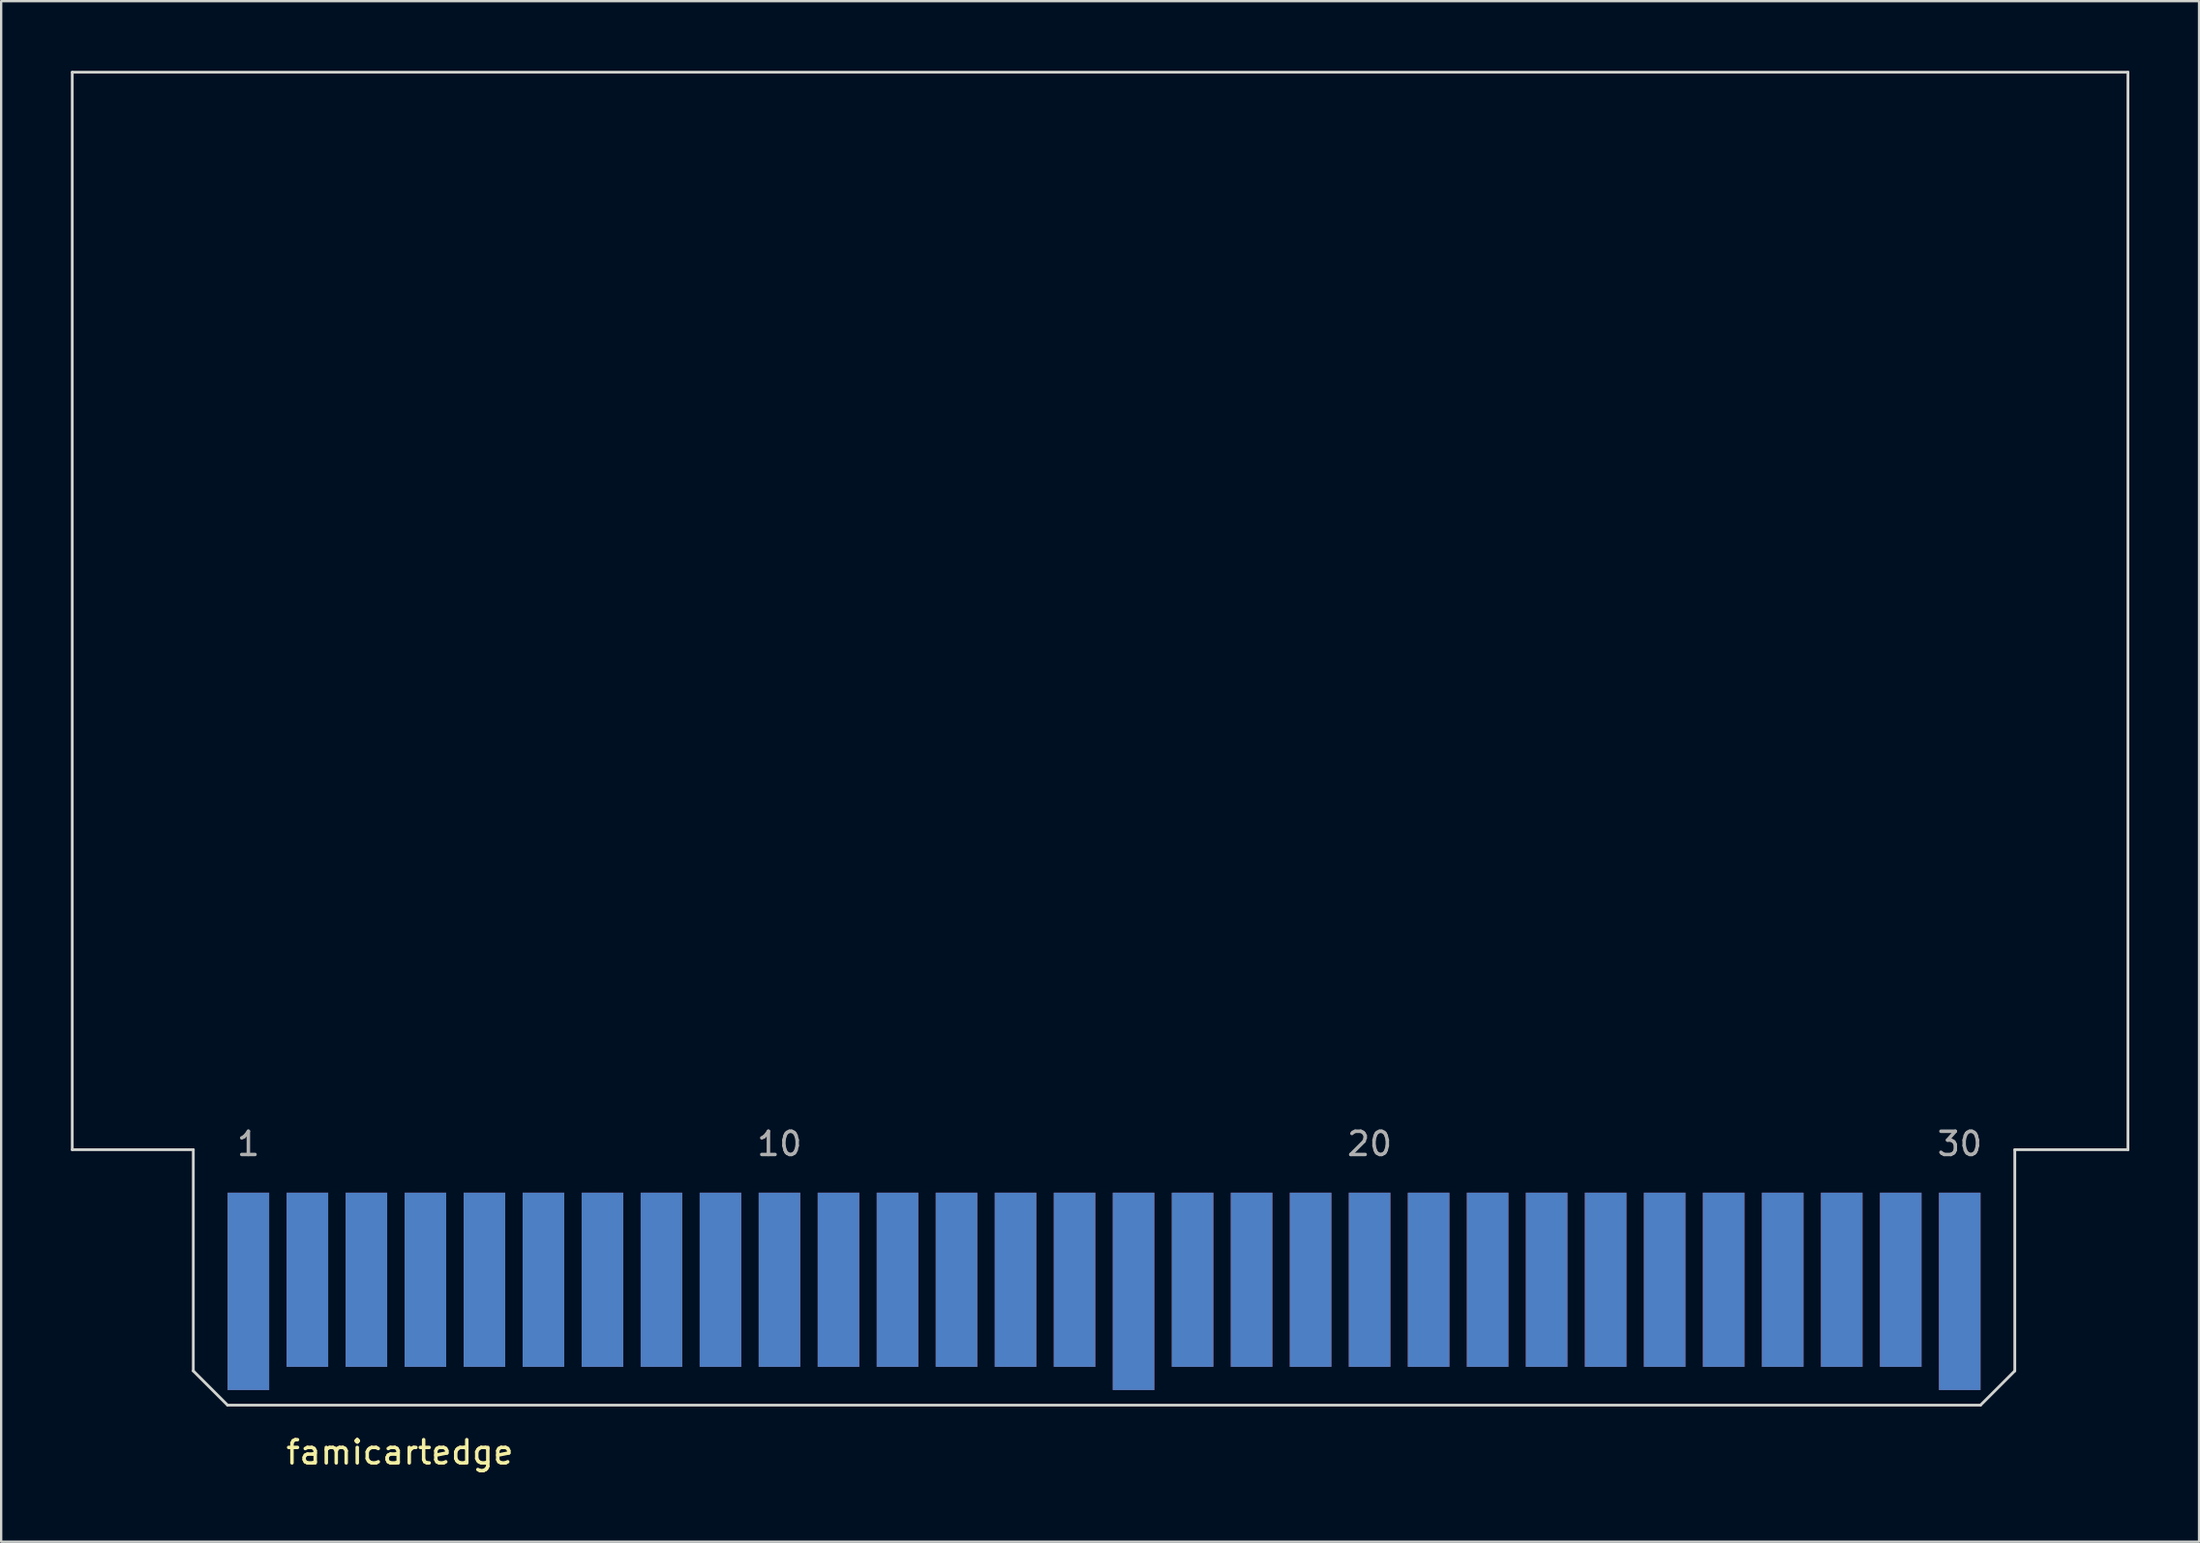
<source format=kicad_pcb>
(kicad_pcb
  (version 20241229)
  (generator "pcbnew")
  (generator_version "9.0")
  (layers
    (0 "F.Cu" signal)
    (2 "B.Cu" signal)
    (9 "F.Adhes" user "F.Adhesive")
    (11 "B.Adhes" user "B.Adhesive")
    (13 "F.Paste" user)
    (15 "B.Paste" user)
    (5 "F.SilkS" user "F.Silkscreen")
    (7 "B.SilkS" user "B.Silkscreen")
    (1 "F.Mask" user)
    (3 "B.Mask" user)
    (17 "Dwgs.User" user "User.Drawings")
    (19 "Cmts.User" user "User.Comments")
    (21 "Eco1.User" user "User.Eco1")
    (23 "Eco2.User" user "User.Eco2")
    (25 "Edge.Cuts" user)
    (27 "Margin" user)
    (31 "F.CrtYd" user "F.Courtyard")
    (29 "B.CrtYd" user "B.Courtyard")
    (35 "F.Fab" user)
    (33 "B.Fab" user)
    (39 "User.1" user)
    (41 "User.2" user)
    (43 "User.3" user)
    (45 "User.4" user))
  (footprint "famicartedge"
    (layer "F.Cu")
    (at 5.27 57.46)
    (property "Reference" "famicartedge" (at 8.89 2.032 0) (layer "F.SilkS") (effects (font (size 1 1) (thickness 0.15))))
    (attr through_hole)
    (fp_line (start -5.21 -57.4) (end -5.21 -11) (stroke (width 0.12) (type default)) (layer "Edge.Cuts"))
    (fp_line (start -5.21 -11) (end 0 -11) (stroke (width 0.12) (type default)) (layer "Edge.Cuts"))
    (fp_line (start 0 -11) (end 0 -1.475) (stroke (width 0.12) (type default)) (layer "Edge.Cuts"))
    (fp_line (start 0 -1.475) (end 1.475 0) (stroke (width 0.12) (type default)) (layer "Edge.Cuts"))
    (fp_line (start 1.475 0) (end 76.925 0) (stroke (width 0.12) (type default)) (layer "Edge.Cuts"))
    (fp_line (start 76.925 0) (end 78.4 -1.475) (stroke (width 0.12) (type default)) (layer "Edge.Cuts"))
    (fp_line (start 78.4 -11) (end 83.27 -11) (stroke (width 0.12) (type default)) (layer "Edge.Cuts"))
    (fp_line (start 78.4 -1.475) (end 78.4 -11) (stroke (width 0.12) (type default)) (layer "Edge.Cuts"))
    (fp_line (start 83.27 -57.4) (end -5.21 -57.4) (stroke (width 0.12) (type default)) (layer "Edge.Cuts"))
    (fp_line (start 83.27 -11) (end 83.27 -57.4) (stroke (width 0.12) (type default)) (layer "Edge.Cuts"))
    (fp_text user "10" (at 25.23 -11.25 0) (layer "F.Fab") (effects (font (size 1 1) (thickness 0.15))))
    (fp_text user "1" (at 2.37 -11.25 0) (layer "F.Fab") (effects (font (size 1 1) (thickness 0.15))))
    (fp_text user "30" (at 76.03 -11.25 0) (layer "F.Fab") (effects (font (size 1 1) (thickness 0.15))))
    (fp_text user "20" (at 50.63 -11.25 0) (layer "F.Fab") (effects (font (size 1 1) (thickness 0.15))))
    (pad "1" connect rect (at 2.37 -4.9) (size 1.79 8.5) (layers "F.Cu" "F.Mask" "Eco1.User"))
    (pad "2" connect rect (at 4.91 -5.4) (size 1.79 7.5) (layers "F.Cu" "F.Mask" "Eco1.User"))
    (pad "3" connect rect (at 7.45 -5.4) (size 1.79 7.5) (layers "F.Cu" "F.Mask" "Eco1.User"))
    (pad "4" connect rect (at 9.99 -5.4) (size 1.79 7.5) (layers "F.Cu" "F.Mask" "Eco1.User"))
    (pad "5" connect rect (at 12.53 -5.4) (size 1.79 7.5) (layers "F.Cu" "F.Mask" "Eco1.User"))
    (pad "6" connect rect (at 15.07 -5.4) (size 1.79 7.5) (layers "F.Cu" "F.Mask" "Eco1.User"))
    (pad "7" connect rect (at 17.61 -5.4) (size 1.79 7.5) (layers "F.Cu" "F.Mask" "Eco1.User"))
    (pad "8" connect rect (at 20.15 -5.4) (size 1.79 7.5) (layers "F.Cu" "F.Mask" "Eco1.User"))
    (pad "9" connect rect (at 22.69 -5.4) (size 1.79 7.5) (layers "F.Cu" "F.Mask" "Eco1.User"))
    (pad "10" connect rect (at 25.23 -5.4) (size 1.79 7.5) (layers "F.Cu" "F.Mask" "Eco1.User"))
    (pad "11" connect rect (at 27.77 -5.4) (size 1.79 7.5) (layers "F.Cu" "F.Mask" "Eco1.User"))
    (pad "12" connect rect (at 30.31 -5.4) (size 1.79 7.5) (layers "F.Cu" "F.Mask" "Eco1.User"))
    (pad "13" connect rect (at 32.85 -5.4) (size 1.79 7.5) (layers "F.Cu" "F.Mask" "Eco1.User"))
    (pad "14" connect rect (at 35.39 -5.4) (size 1.79 7.5) (layers "F.Cu" "F.Mask" "Eco1.User"))
    (pad "15" connect rect (at 37.93 -5.4) (size 1.79 7.5) (layers "F.Cu" "F.Mask" "Eco1.User"))
    (pad "16" connect rect (at 40.47 -4.9) (size 1.79 8.5) (layers "F.Cu" "F.Mask" "Eco1.User"))
    (pad "17" connect rect (at 43.01 -5.4) (size 1.79 7.5) (layers "F.Cu" "F.Mask" "Eco1.User"))
    (pad "18" connect rect (at 45.55 -5.4) (size 1.79 7.5) (layers "F.Cu" "F.Mask" "Eco1.User"))
    (pad "19" connect rect (at 48.09 -5.4) (size 1.79 7.5) (layers "F.Cu" "F.Mask" "Eco1.User"))
    (pad "20" connect rect (at 50.63 -5.4) (size 1.79 7.5) (layers "F.Cu" "F.Mask" "Eco1.User"))
    (pad "21" connect rect (at 53.17 -5.4) (size 1.79 7.5) (layers "F.Cu" "F.Mask" "Eco1.User"))
    (pad "22" connect rect (at 55.71 -5.4) (size 1.79 7.5) (layers "F.Cu" "F.Mask" "Eco1.User"))
    (pad "23" connect rect (at 58.25 -5.4) (size 1.79 7.5) (layers "F.Cu" "F.Mask" "Eco1.User"))
    (pad "24" connect rect (at 60.79 -5.4) (size 1.79 7.5) (layers "F.Cu" "F.Mask" "Eco1.User"))
    (pad "25" connect rect (at 63.33 -5.4) (size 1.79 7.5) (layers "F.Cu" "F.Mask" "Eco1.User"))
    (pad "26" connect rect (at 65.87 -5.4) (size 1.79 7.5) (layers "F.Cu" "F.Mask" "Eco1.User"))
    (pad "27" connect rect (at 68.41 -5.4) (size 1.79 7.5) (layers "F.Cu" "F.Mask" "Eco1.User"))
    (pad "28" connect rect (at 70.95 -5.4) (size 1.79 7.5) (layers "F.Cu" "F.Mask" "Eco1.User"))
    (pad "29" connect rect (at 73.49 -5.4) (size 1.79 7.5) (layers "F.Cu" "F.Mask" "Eco1.User"))
    (pad "30" connect rect (at 76.03 -4.9) (size 1.79 8.5) (layers "F.Cu" "F.Mask" "Eco1.User"))
    (pad "31" connect rect (at 2.37 -4.9) (size 1.79 8.5) (layers "B.Cu" "B.Mask" "Eco2.User"))
    (pad "32" connect rect (at 4.91 -5.4) (size 1.79 7.5) (layers "B.Cu" "B.Mask" "Eco2.User"))
    (pad "33" connect rect (at 7.45 -5.4) (size 1.79 7.5) (layers "B.Cu" "B.Mask" "Eco2.User"))
    (pad "34" connect rect (at 9.99 -5.4) (size 1.79 7.5) (layers "B.Cu" "B.Mask" "Eco2.User"))
    (pad "35" connect rect (at 12.53 -5.4) (size 1.79 7.5) (layers "B.Cu" "B.Mask" "Eco2.User"))
    (pad "36" connect rect (at 15.07 -5.4) (size 1.79 7.5) (layers "B.Cu" "B.Mask" "Eco2.User"))
    (pad "37" connect rect (at 17.61 -5.4) (size 1.79 7.5) (layers "B.Cu" "B.Mask" "Eco2.User"))
    (pad "38" connect rect (at 20.15 -5.4) (size 1.79 7.5) (layers "B.Cu" "B.Mask" "Eco2.User"))
    (pad "39" connect rect (at 22.69 -5.4) (size 1.79 7.5) (layers "B.Cu" "B.Mask" "Eco2.User"))
    (pad "40" connect rect (at 25.23 -5.4) (size 1.79 7.5) (layers "B.Cu" "B.Mask" "Eco2.User"))
    (pad "41" connect rect (at 27.77 -5.4) (size 1.79 7.5) (layers "B.Cu" "B.Mask" "Eco2.User"))
    (pad "42" connect rect (at 30.31 -5.4) (size 1.79 7.5) (layers "B.Cu" "B.Mask" "Eco2.User"))
    (pad "43" connect rect (at 32.85 -5.4) (size 1.79 7.5) (layers "B.Cu" "B.Mask" "Eco2.User"))
    (pad "44" connect rect (at 35.39 -5.4) (size 1.79 7.5) (layers "B.Cu" "B.Mask" "Eco2.User"))
    (pad "45" connect rect (at 37.93 -5.4) (size 1.79 7.5) (layers "B.Cu" "B.Mask" "Eco2.User"))
    (pad "46" connect rect (at 40.47 -4.9) (size 1.79 8.5) (layers "B.Cu" "B.Mask" "Eco2.User"))
    (pad "47" connect rect (at 43.01 -5.4) (size 1.79 7.5) (layers "B.Cu" "B.Mask" "Eco2.User"))
    (pad "48" connect rect (at 45.55 -5.4) (size 1.79 7.5) (layers "B.Cu" "B.Mask" "Eco2.User"))
    (pad "49" connect rect (at 48.09 -5.4) (size 1.79 7.5) (layers "B.Cu" "B.Mask" "Eco2.User"))
    (pad "50" connect rect (at 50.63 -5.4) (size 1.79 7.5) (layers "B.Cu" "B.Mask" "Eco2.User"))
    (pad "51" connect rect (at 53.17 -5.4) (size 1.79 7.5) (layers "B.Cu" "B.Mask" "Eco2.User"))
    (pad "52" connect rect (at 55.71 -5.4) (size 1.79 7.5) (layers "B.Cu" "B.Mask" "Eco2.User"))
    (pad "53" connect rect (at 58.25 -5.4) (size 1.79 7.5) (layers "B.Cu" "B.Mask" "Eco2.User"))
    (pad "54" connect rect (at 60.79 -5.4) (size 1.79 7.5) (layers "B.Cu" "B.Mask" "Eco2.User"))
    (pad "55" connect rect (at 63.33 -5.4) (size 1.79 7.5) (layers "B.Cu" "B.Mask" "Eco2.User"))
    (pad "56" connect rect (at 65.87 -5.4) (size 1.79 7.5) (layers "B.Cu" "B.Mask" "Eco2.User"))
    (pad "57" connect rect (at 68.41 -5.4) (size 1.79 7.5) (layers "B.Cu" "B.Mask" "Eco2.User"))
    (pad "58" connect rect (at 70.95 -5.4) (size 1.79 7.5) (layers "B.Cu" "B.Mask" "Eco2.User"))
    (pad "59" connect rect (at 73.49 -5.4) (size 1.79 7.5) (layers "B.Cu" "B.Mask" "Eco2.User"))
    (pad "60" connect rect (at 76.03 -4.9) (size 1.79 8.5) (layers "B.Cu" "B.Mask" "Eco2.User")))
  (gr_rect
    (start -3 -3)
    (end 91.6 63.34)
    (stroke (width 0.1) (type default))
    (fill no)
    (layer "Edge.Cuts")))
</source>
